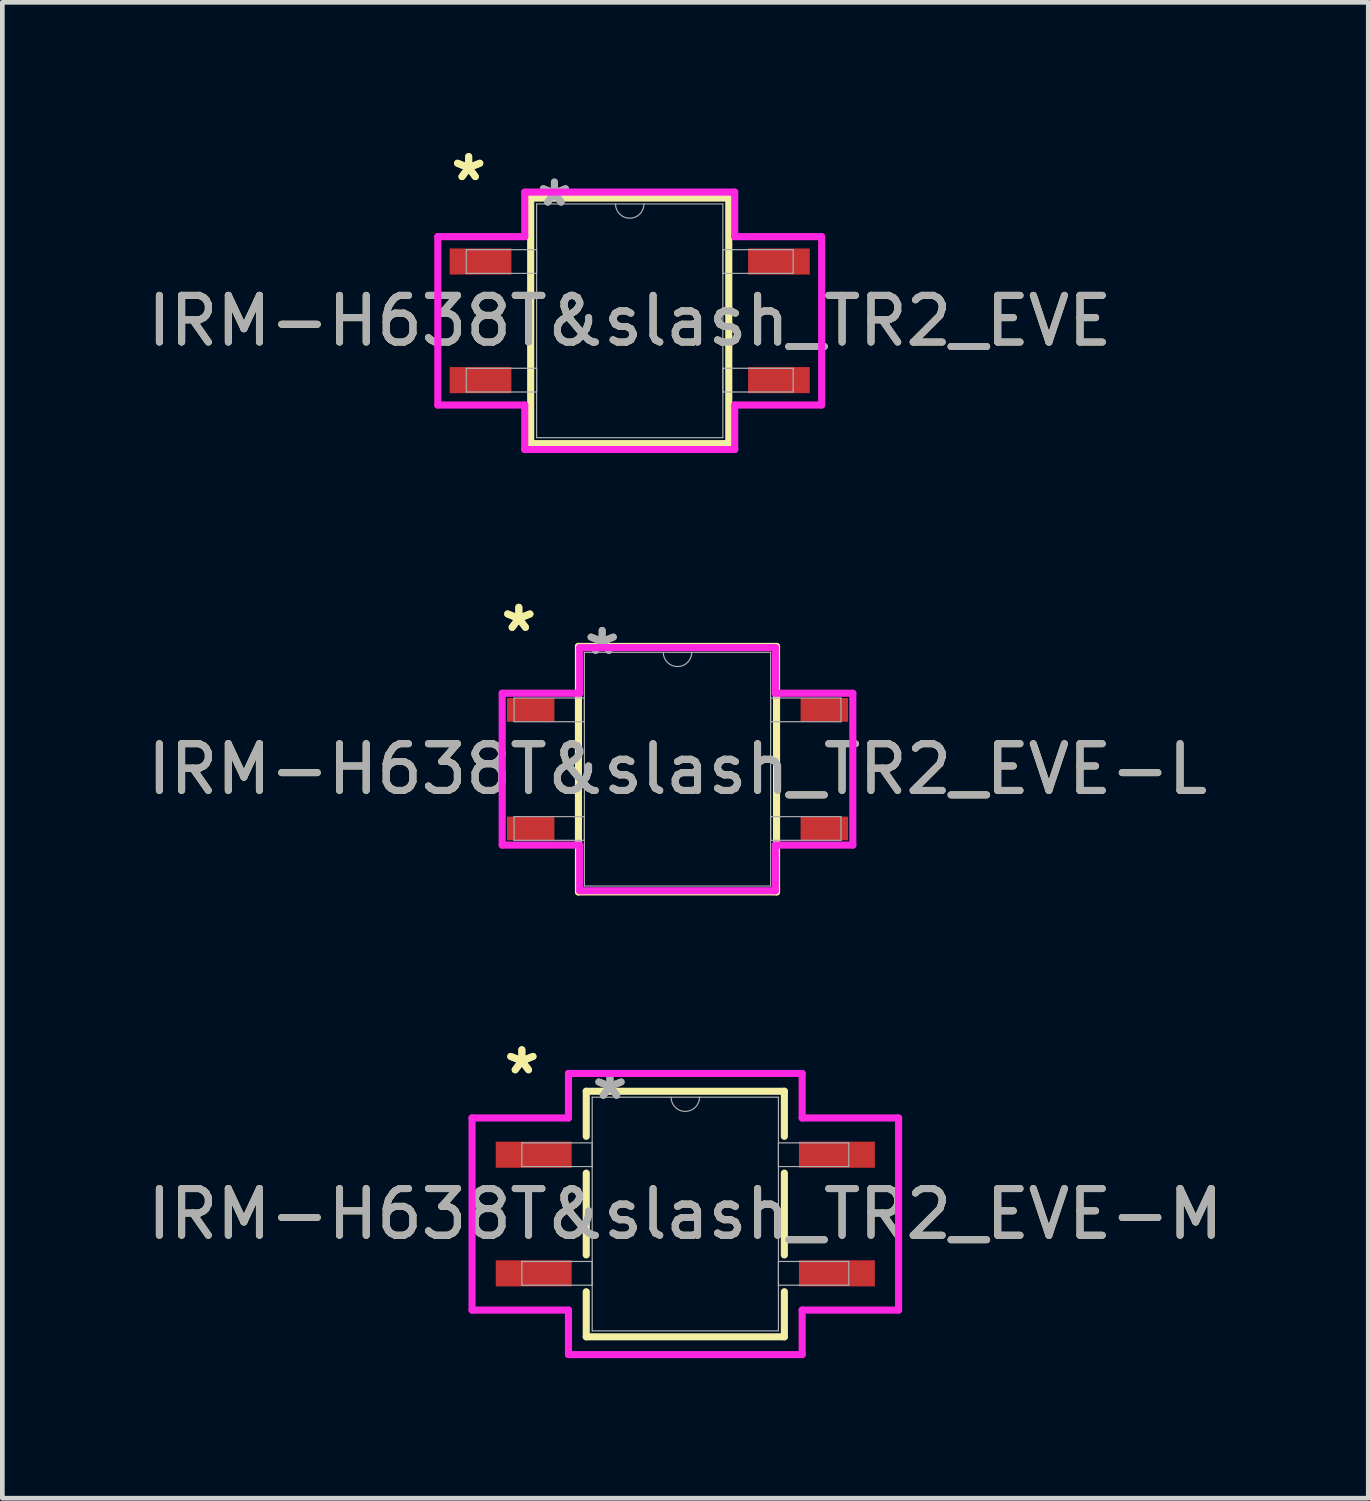
<source format=kicad_pcb>
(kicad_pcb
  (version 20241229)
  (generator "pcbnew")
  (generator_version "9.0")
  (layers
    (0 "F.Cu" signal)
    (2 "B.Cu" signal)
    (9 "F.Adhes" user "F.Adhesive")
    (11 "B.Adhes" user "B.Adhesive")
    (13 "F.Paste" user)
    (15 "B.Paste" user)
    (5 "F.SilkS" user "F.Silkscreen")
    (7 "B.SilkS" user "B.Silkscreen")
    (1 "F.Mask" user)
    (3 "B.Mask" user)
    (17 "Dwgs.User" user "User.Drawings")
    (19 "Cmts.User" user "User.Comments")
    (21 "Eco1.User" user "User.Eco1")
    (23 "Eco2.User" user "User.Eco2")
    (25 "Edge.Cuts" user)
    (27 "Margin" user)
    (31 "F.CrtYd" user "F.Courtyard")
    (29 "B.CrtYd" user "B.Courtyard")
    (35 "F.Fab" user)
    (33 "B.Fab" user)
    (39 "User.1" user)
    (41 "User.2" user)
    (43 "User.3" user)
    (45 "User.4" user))
  (footprint "IRM-H638T&slash_TR2_EVE-M"
    (layer "F.Cu")
    (at 11.625 22.947)
    (property "Reference" "IRM-H638T&slash_TR2_EVE-M" (at 0 0 0) (unlocked yes) (layer "F.SilkS") (effects (font (size 1 1) (thickness 0.15))))
    (attr smd)
    (fp_line (start -2.121 -2.629) (end -2.121 -1.664) (stroke (width 0.152) (type solid)) (layer "F.SilkS"))
    (fp_line (start -2.121 -0.876) (end -2.121 0.876) (stroke (width 0.152) (type solid)) (layer "F.SilkS"))
    (fp_line (start -2.121 1.664) (end -2.121 2.629) (stroke (width 0.152) (type solid)) (layer "F.SilkS"))
    (fp_line (start -2.121 2.629) (end 2.121 2.629) (stroke (width 0.152) (type solid)) (layer "F.SilkS"))
    (fp_line (start 2.121 -2.629) (end -2.121 -2.629) (stroke (width 0.152) (type solid)) (layer "F.SilkS"))
    (fp_line (start 2.121 -1.664) (end 2.121 -2.629) (stroke (width 0.152) (type solid)) (layer "F.SilkS"))
    (fp_line (start 2.121 0.876) (end 2.121 -0.876) (stroke (width 0.152) (type solid)) (layer "F.SilkS"))
    (fp_line (start 2.121 2.629) (end 2.121 1.664) (stroke (width 0.152) (type solid)) (layer "F.SilkS"))
    (fp_line (start -4.567 -2.057) (end -2.502 -2.057) (stroke (width 0.152) (type solid)) (layer "F.CrtYd"))
    (fp_line (start -4.567 2.057) (end -4.567 -2.057) (stroke (width 0.152) (type solid)) (layer "F.CrtYd"))
    (fp_line (start -4.567 2.057) (end -2.502 2.057) (stroke (width 0.152) (type solid)) (layer "F.CrtYd"))
    (fp_line (start -2.502 -3.01) (end 2.502 -3.01) (stroke (width 0.152) (type solid)) (layer "F.CrtYd"))
    (fp_line (start -2.502 -2.057) (end -2.502 -3.01) (stroke (width 0.152) (type solid)) (layer "F.CrtYd"))
    (fp_line (start -2.502 3.01) (end -2.502 2.057) (stroke (width 0.152) (type solid)) (layer "F.CrtYd"))
    (fp_line (start 2.502 -3.01) (end 2.502 -2.057) (stroke (width 0.152) (type solid)) (layer "F.CrtYd"))
    (fp_line (start 2.502 2.057) (end 2.502 3.01) (stroke (width 0.152) (type solid)) (layer "F.CrtYd"))
    (fp_line (start 2.502 3.01) (end -2.502 3.01) (stroke (width 0.152) (type solid)) (layer "F.CrtYd"))
    (fp_line (start 4.567 -2.057) (end 2.502 -2.057) (stroke (width 0.152) (type solid)) (layer "F.CrtYd"))
    (fp_line (start 4.567 -2.057) (end 4.567 2.057) (stroke (width 0.152) (type solid)) (layer "F.CrtYd"))
    (fp_line (start 4.567 2.057) (end 2.502 2.057) (stroke (width 0.152) (type solid)) (layer "F.CrtYd"))
    (fp_line (start -3.5 -1.524) (end -3.5 -1.016) (stroke (width 0.025) (type solid)) (layer "F.Fab"))
    (fp_line (start -3.5 -1.016) (end -1.994 -1.016) (stroke (width 0.025) (type solid)) (layer "F.Fab"))
    (fp_line (start -3.5 1.016) (end -3.5 1.524) (stroke (width 0.025) (type solid)) (layer "F.Fab"))
    (fp_line (start -3.5 1.524) (end -1.994 1.524) (stroke (width 0.025) (type solid)) (layer "F.Fab"))
    (fp_line (start -1.994 -2.502) (end -1.994 2.502) (stroke (width 0.025) (type solid)) (layer "F.Fab"))
    (fp_line (start -1.994 -1.524) (end -3.5 -1.524) (stroke (width 0.025) (type solid)) (layer "F.Fab"))
    (fp_line (start -1.994 -1.016) (end -1.994 -1.524) (stroke (width 0.025) (type solid)) (layer "F.Fab"))
    (fp_line (start -1.994 1.016) (end -3.5 1.016) (stroke (width 0.025) (type solid)) (layer "F.Fab"))
    (fp_line (start -1.994 1.524) (end -1.994 1.016) (stroke (width 0.025) (type solid)) (layer "F.Fab"))
    (fp_line (start -1.994 2.502) (end 1.994 2.502) (stroke (width 0.025) (type solid)) (layer "F.Fab"))
    (fp_line (start 1.994 -2.502) (end -1.994 -2.502) (stroke (width 0.025) (type solid)) (layer "F.Fab"))
    (fp_line (start 1.994 -1.524) (end 1.994 -1.016) (stroke (width 0.025) (type solid)) (layer "F.Fab"))
    (fp_line (start 1.994 -1.016) (end 3.5 -1.016) (stroke (width 0.025) (type solid)) (layer "F.Fab"))
    (fp_line (start 1.994 1.016) (end 1.994 1.524) (stroke (width 0.025) (type solid)) (layer "F.Fab"))
    (fp_line (start 1.994 1.524) (end 3.5 1.524) (stroke (width 0.025) (type solid)) (layer "F.Fab"))
    (fp_line (start 1.994 2.502) (end 1.994 -2.502) (stroke (width 0.025) (type solid)) (layer "F.Fab"))
    (fp_line (start 3.5 -1.524) (end 1.994 -1.524) (stroke (width 0.025) (type solid)) (layer "F.Fab"))
    (fp_line (start 3.5 -1.016) (end 3.5 -1.524) (stroke (width 0.025) (type solid)) (layer "F.Fab"))
    (fp_line (start 3.5 1.016) (end 1.994 1.016) (stroke (width 0.025) (type solid)) (layer "F.Fab"))
    (fp_line (start 3.5 1.524) (end 3.5 1.016) (stroke (width 0.025) (type solid)) (layer "F.Fab"))
    (fp_arc (start 0.3048 -2.5019) (mid 0 -2.1971) (end -0.3048 -2.5019) (stroke (width 0.0254) (type solid)) (layer "F.Fab"))
    (fp_text user "*" (at -3.5 -2.972 0) (unlocked yes) (layer "F.SilkS") (effects (font (size 1 1) (thickness 0.15))))
    (fp_text user "*" (at -3.5 -2.972 0) (layer "F.SilkS") (effects (font (size 1 1) (thickness 0.15))))
    (fp_text user "*" (at -1.613 -2.426 0) (unlocked yes) (layer "F.Fab") (effects (font (size 1 1) (thickness 0.15))))
    (fp_text user "*" (at -1.613 -2.426 0) (layer "F.Fab") (effects (font (size 1 1) (thickness 0.15))))
    (fp_text user "${REFERENCE}" (at 0 0 0) (unlocked yes) (layer "F.Fab") (effects (font (size 1 1) (thickness 0.15))))
    (pad "1" smd rect (at -3.246 -1.27) (size 1.626 0.559) (layers "F.Cu" "F.Mask" "F.Paste"))
    (pad "2" smd rect (at -3.246 1.27) (size 1.626 0.559) (layers "F.Cu" "F.Mask" "F.Paste"))
    (pad "3" smd rect (at 3.246 1.27) (size 1.626 0.559) (layers "F.Cu" "F.Mask" "F.Paste"))
    (pad "4" smd rect (at 3.246 -1.27) (size 1.626 0.559) (layers "F.Cu" "F.Mask" "F.Paste")))
  (footprint "IRM-H638T&slash_TR2_EVE-L"
    (layer "F.Cu")
    (at 11.458 13.421)
    (property "Reference" "IRM-H638T&slash_TR2_EVE-L" (at 0 0 0) (unlocked yes) (layer "F.SilkS") (effects (font (size 1 1) (thickness 0.15))))
    (attr smd)
    (fp_line (start -2.121 -2.629) (end -2.121 2.629) (stroke (width 0.152) (type solid)) (layer "F.SilkS"))
    (fp_line (start -2.121 2.629) (end 2.121 2.629) (stroke (width 0.152) (type solid)) (layer "F.SilkS"))
    (fp_line (start 2.121 -2.629) (end -2.121 -2.629) (stroke (width 0.152) (type solid)) (layer "F.SilkS"))
    (fp_line (start 2.121 2.629) (end 2.121 -2.629) (stroke (width 0.152) (type solid)) (layer "F.SilkS"))
    (fp_line (start -3.754 -1.626) (end -2.095 -1.626) (stroke (width 0.152) (type solid)) (layer "F.CrtYd"))
    (fp_line (start -3.754 1.626) (end -3.754 -1.626) (stroke (width 0.152) (type solid)) (layer "F.CrtYd"))
    (fp_line (start -3.754 1.626) (end -2.095 1.626) (stroke (width 0.152) (type solid)) (layer "F.CrtYd"))
    (fp_line (start -2.095 -2.603) (end 2.095 -2.603) (stroke (width 0.152) (type solid)) (layer "F.CrtYd"))
    (fp_line (start -2.095 -1.626) (end -2.095 -2.603) (stroke (width 0.152) (type solid)) (layer "F.CrtYd"))
    (fp_line (start -2.095 2.603) (end -2.095 1.626) (stroke (width 0.152) (type solid)) (layer "F.CrtYd"))
    (fp_line (start 2.095 -2.603) (end 2.095 -1.626) (stroke (width 0.152) (type solid)) (layer "F.CrtYd"))
    (fp_line (start 2.095 1.626) (end 2.095 2.603) (stroke (width 0.152) (type solid)) (layer "F.CrtYd"))
    (fp_line (start 2.095 2.603) (end -2.095 2.603) (stroke (width 0.152) (type solid)) (layer "F.CrtYd"))
    (fp_line (start 3.754 -1.626) (end 2.095 -1.626) (stroke (width 0.152) (type solid)) (layer "F.CrtYd"))
    (fp_line (start 3.754 -1.626) (end 3.754 1.626) (stroke (width 0.152) (type solid)) (layer "F.CrtYd"))
    (fp_line (start 3.754 1.626) (end 2.095 1.626) (stroke (width 0.152) (type solid)) (layer "F.CrtYd"))
    (fp_line (start -3.5 -1.524) (end -3.5 -1.016) (stroke (width 0.025) (type solid)) (layer "F.Fab"))
    (fp_line (start -3.5 -1.016) (end -1.994 -1.016) (stroke (width 0.025) (type solid)) (layer "F.Fab"))
    (fp_line (start -3.5 1.016) (end -3.5 1.524) (stroke (width 0.025) (type solid)) (layer "F.Fab"))
    (fp_line (start -3.5 1.524) (end -1.994 1.524) (stroke (width 0.025) (type solid)) (layer "F.Fab"))
    (fp_line (start -1.994 -2.502) (end -1.994 2.502) (stroke (width 0.025) (type solid)) (layer "F.Fab"))
    (fp_line (start -1.994 -1.524) (end -3.5 -1.524) (stroke (width 0.025) (type solid)) (layer "F.Fab"))
    (fp_line (start -1.994 -1.016) (end -1.994 -1.524) (stroke (width 0.025) (type solid)) (layer "F.Fab"))
    (fp_line (start -1.994 1.016) (end -3.5 1.016) (stroke (width 0.025) (type solid)) (layer "F.Fab"))
    (fp_line (start -1.994 1.524) (end -1.994 1.016) (stroke (width 0.025) (type solid)) (layer "F.Fab"))
    (fp_line (start -1.994 2.502) (end 1.994 2.502) (stroke (width 0.025) (type solid)) (layer "F.Fab"))
    (fp_line (start 1.994 -2.502) (end -1.994 -2.502) (stroke (width 0.025) (type solid)) (layer "F.Fab"))
    (fp_line (start 1.994 -1.524) (end 1.994 -1.016) (stroke (width 0.025) (type solid)) (layer "F.Fab"))
    (fp_line (start 1.994 -1.016) (end 3.5 -1.016) (stroke (width 0.025) (type solid)) (layer "F.Fab"))
    (fp_line (start 1.994 1.016) (end 1.994 1.524) (stroke (width 0.025) (type solid)) (layer "F.Fab"))
    (fp_line (start 1.994 1.524) (end 3.5 1.524) (stroke (width 0.025) (type solid)) (layer "F.Fab"))
    (fp_line (start 1.994 2.502) (end 1.994 -2.502) (stroke (width 0.025) (type solid)) (layer "F.Fab"))
    (fp_line (start 3.5 -1.524) (end 1.994 -1.524) (stroke (width 0.025) (type solid)) (layer "F.Fab"))
    (fp_line (start 3.5 -1.016) (end 3.5 -1.524) (stroke (width 0.025) (type solid)) (layer "F.Fab"))
    (fp_line (start 3.5 1.016) (end 1.994 1.016) (stroke (width 0.025) (type solid)) (layer "F.Fab"))
    (fp_line (start 3.5 1.524) (end 3.5 1.016) (stroke (width 0.025) (type solid)) (layer "F.Fab"))
    (fp_arc (start 0.3048 -2.5019) (mid 0 -2.1971) (end -0.3048 -2.5019) (stroke (width 0.0254) (type solid)) (layer "F.Fab"))
    (fp_text user "*" (at -3.398 -2.921 0) (layer "F.SilkS") (effects (font (size 1 1) (thickness 0.15))))
    (fp_text user "*" (at -3.398 -2.921 0) (unlocked yes) (layer "F.SilkS") (effects (font (size 1 1) (thickness 0.15))))
    (fp_text user "*" (at -1.613 -2.426 0) (unlocked yes) (layer "F.Fab") (effects (font (size 1 1) (thickness 0.15))))
    (fp_text user "${REFERENCE}" (at 0 0 0) (unlocked yes) (layer "F.Fab") (effects (font (size 1 1) (thickness 0.15))))
    (fp_text user "*" (at -1.613 -2.426 0) (layer "F.Fab") (effects (font (size 1 1) (thickness 0.15))))
    (pad "1" smd rect (at -3.144 -1.27) (size 1.016 0.508) (layers "F.Cu" "F.Mask" "F.Paste"))
    (pad "2" smd rect (at -3.144 1.27) (size 1.016 0.508) (layers "F.Cu" "F.Mask" "F.Paste"))
    (pad "3" smd rect (at 3.144 1.27) (size 1.016 0.508) (layers "F.Cu" "F.Mask" "F.Paste"))
    (pad "4" smd rect (at 3.144 -1.27) (size 1.016 0.508) (layers "F.Cu" "F.Mask" "F.Paste")))
  (footprint "IRM-H638T&slash_TR2_EVE"
    (layer "F.Cu")
    (at 10.435 3.82)
    (property "Reference" "IRM-H638T&slash_TR2_EVE" (at 0 0 0) (unlocked yes) (layer "F.SilkS") (effects (font (size 1 1) (thickness 0.15))))
    (attr smd)
    (fp_line (start -2.121 -2.629) (end -2.121 2.629) (stroke (width 0.152) (type solid)) (layer "F.SilkS"))
    (fp_line (start -2.121 2.629) (end 2.121 2.629) (stroke (width 0.152) (type solid)) (layer "F.SilkS"))
    (fp_line (start 2.121 -2.629) (end -2.121 -2.629) (stroke (width 0.152) (type solid)) (layer "F.SilkS"))
    (fp_line (start 2.121 2.629) (end 2.121 -2.629) (stroke (width 0.152) (type solid)) (layer "F.SilkS"))
    (fp_line (start -4.11 -1.803) (end -2.248 -1.803) (stroke (width 0.152) (type solid)) (layer "F.CrtYd"))
    (fp_line (start -4.11 1.803) (end -4.11 -1.803) (stroke (width 0.152) (type solid)) (layer "F.CrtYd"))
    (fp_line (start -4.11 1.803) (end -2.248 1.803) (stroke (width 0.152) (type solid)) (layer "F.CrtYd"))
    (fp_line (start -2.248 -2.756) (end 2.248 -2.756) (stroke (width 0.152) (type solid)) (layer "F.CrtYd"))
    (fp_line (start -2.248 -1.803) (end -2.248 -2.756) (stroke (width 0.152) (type solid)) (layer "F.CrtYd"))
    (fp_line (start -2.248 2.756) (end -2.248 1.803) (stroke (width 0.152) (type solid)) (layer "F.CrtYd"))
    (fp_line (start 2.248 -2.756) (end 2.248 -1.803) (stroke (width 0.152) (type solid)) (layer "F.CrtYd"))
    (fp_line (start 2.248 1.803) (end 2.248 2.756) (stroke (width 0.152) (type solid)) (layer "F.CrtYd"))
    (fp_line (start 2.248 2.756) (end -2.248 2.756) (stroke (width 0.152) (type solid)) (layer "F.CrtYd"))
    (fp_line (start 4.11 -1.803) (end 2.248 -1.803) (stroke (width 0.152) (type solid)) (layer "F.CrtYd"))
    (fp_line (start 4.11 -1.803) (end 4.11 1.803) (stroke (width 0.152) (type solid)) (layer "F.CrtYd"))
    (fp_line (start 4.11 1.803) (end 2.248 1.803) (stroke (width 0.152) (type solid)) (layer "F.CrtYd"))
    (fp_line (start -3.5 -1.524) (end -3.5 -1.016) (stroke (width 0.025) (type solid)) (layer "F.Fab"))
    (fp_line (start -3.5 -1.016) (end -1.994 -1.016) (stroke (width 0.025) (type solid)) (layer "F.Fab"))
    (fp_line (start -3.5 1.016) (end -3.5 1.524) (stroke (width 0.025) (type solid)) (layer "F.Fab"))
    (fp_line (start -3.5 1.524) (end -1.994 1.524) (stroke (width 0.025) (type solid)) (layer "F.Fab"))
    (fp_line (start -1.994 -2.502) (end -1.994 2.502) (stroke (width 0.025) (type solid)) (layer "F.Fab"))
    (fp_line (start -1.994 -1.524) (end -3.5 -1.524) (stroke (width 0.025) (type solid)) (layer "F.Fab"))
    (fp_line (start -1.994 -1.016) (end -1.994 -1.524) (stroke (width 0.025) (type solid)) (layer "F.Fab"))
    (fp_line (start -1.994 1.016) (end -3.5 1.016) (stroke (width 0.025) (type solid)) (layer "F.Fab"))
    (fp_line (start -1.994 1.524) (end -1.994 1.016) (stroke (width 0.025) (type solid)) (layer "F.Fab"))
    (fp_line (start -1.994 2.502) (end 1.994 2.502) (stroke (width 0.025) (type solid)) (layer "F.Fab"))
    (fp_line (start 1.994 -2.502) (end -1.994 -2.502) (stroke (width 0.025) (type solid)) (layer "F.Fab"))
    (fp_line (start 1.994 -1.524) (end 1.994 -1.016) (stroke (width 0.025) (type solid)) (layer "F.Fab"))
    (fp_line (start 1.994 -1.016) (end 3.5 -1.016) (stroke (width 0.025) (type solid)) (layer "F.Fab"))
    (fp_line (start 1.994 1.016) (end 1.994 1.524) (stroke (width 0.025) (type solid)) (layer "F.Fab"))
    (fp_line (start 1.994 1.524) (end 3.5 1.524) (stroke (width 0.025) (type solid)) (layer "F.Fab"))
    (fp_line (start 1.994 2.502) (end 1.994 -2.502) (stroke (width 0.025) (type solid)) (layer "F.Fab"))
    (fp_line (start 3.5 -1.524) (end 1.994 -1.524) (stroke (width 0.025) (type solid)) (layer "F.Fab"))
    (fp_line (start 3.5 -1.016) (end 3.5 -1.524) (stroke (width 0.025) (type solid)) (layer "F.Fab"))
    (fp_line (start 3.5 1.016) (end 1.994 1.016) (stroke (width 0.025) (type solid)) (layer "F.Fab"))
    (fp_line (start 3.5 1.524) (end 3.5 1.016) (stroke (width 0.025) (type solid)) (layer "F.Fab"))
    (fp_arc (start 0.3048 -2.5019) (mid 0 -2.1971) (end -0.3048 -2.5019) (stroke (width 0.0254) (type solid)) (layer "F.Fab"))
    (fp_text user "*" (at -3.449 -2.972 0) (unlocked yes) (layer "F.SilkS") (effects (font (size 1 1) (thickness 0.15))))
    (fp_text user "*" (at -3.449 -2.972 0) (layer "F.SilkS") (effects (font (size 1 1) (thickness 0.15))))
    (fp_text user "*" (at -1.613 -2.426 0) (layer "F.Fab") (effects (font (size 1 1) (thickness 0.15))))
    (fp_text user "${REFERENCE}" (at 0 0 0) (unlocked yes) (layer "F.Fab") (effects (font (size 1 1) (thickness 0.15))))
    (fp_text user "*" (at -1.613 -2.426 0) (unlocked yes) (layer "F.Fab") (effects (font (size 1 1) (thickness 0.15))))
    (pad "1" smd rect (at -3.195 -1.27) (size 1.321 0.559) (layers "F.Cu" "F.Mask" "F.Paste"))
    (pad "2" smd rect (at -3.195 1.27) (size 1.321 0.559) (layers "F.Cu" "F.Mask" "F.Paste"))
    (pad "3" smd rect (at 3.195 1.27) (size 1.321 0.559) (layers "F.Cu" "F.Mask" "F.Paste"))
    (pad "4" smd rect (at 3.195 -1.27) (size 1.321 0.559) (layers "F.Cu" "F.Mask" "F.Paste")))
  (gr_rect
    (start -3 -3)
    (end 26.25 29.033)
    (stroke (width 0.1) (type default))
    (fill no)
    (layer "Edge.Cuts")))
</source>
